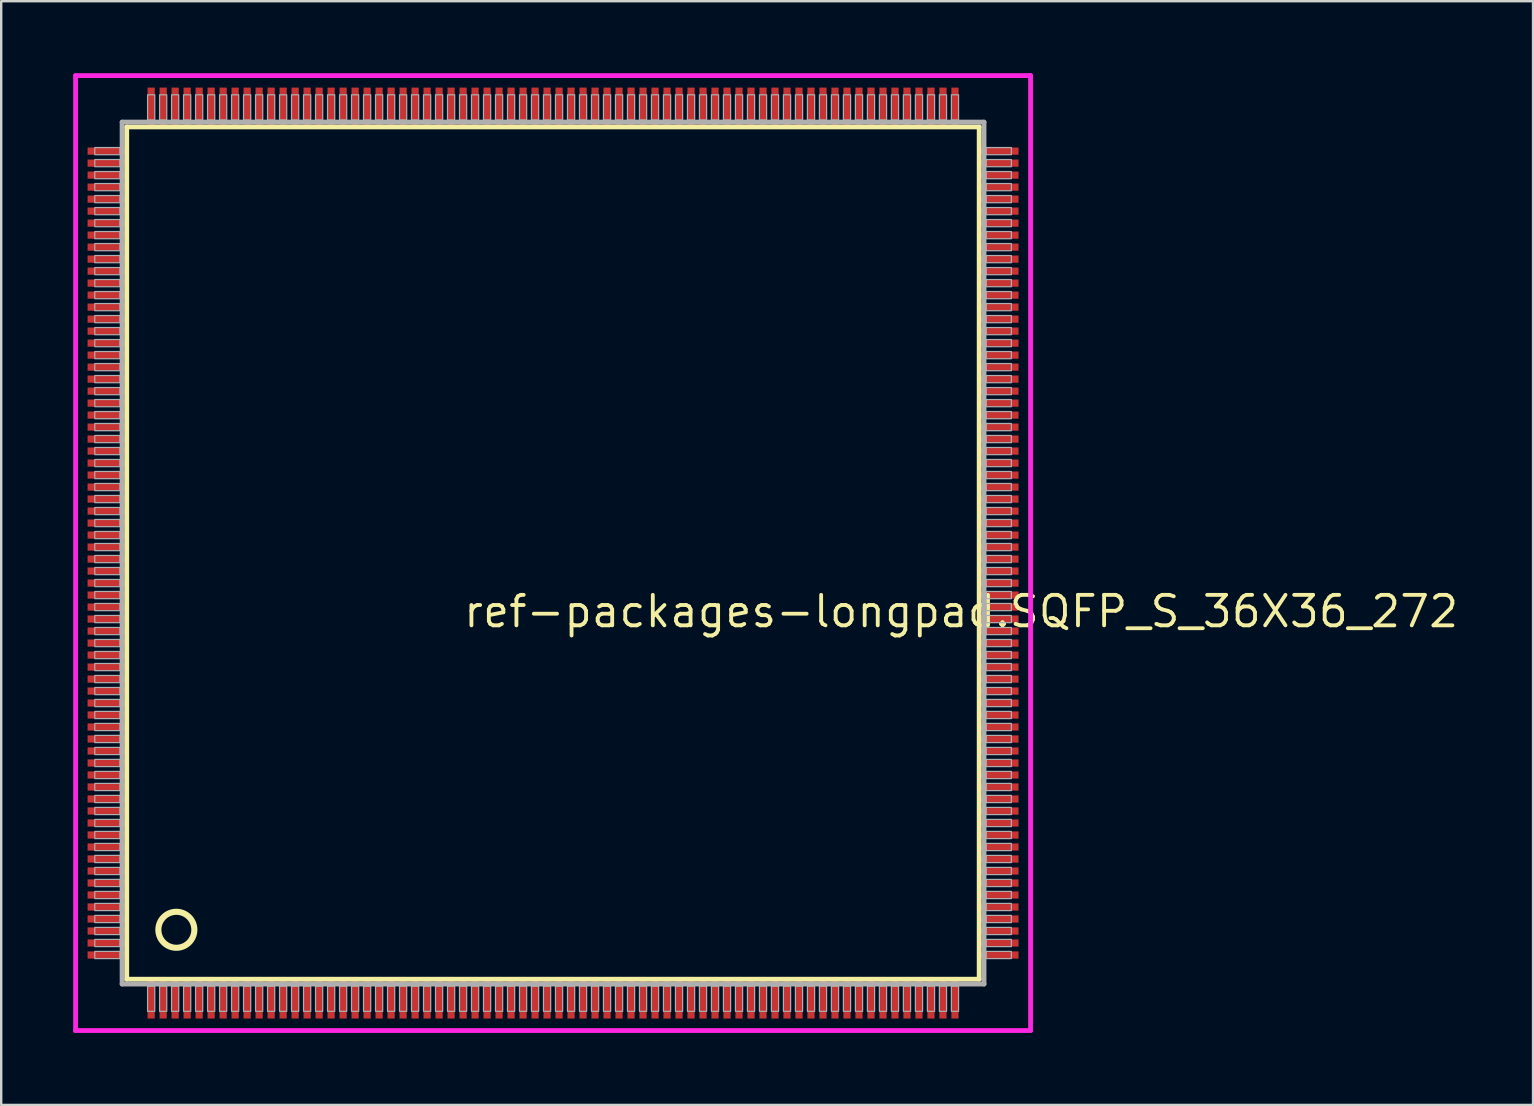
<source format=kicad_pcb>
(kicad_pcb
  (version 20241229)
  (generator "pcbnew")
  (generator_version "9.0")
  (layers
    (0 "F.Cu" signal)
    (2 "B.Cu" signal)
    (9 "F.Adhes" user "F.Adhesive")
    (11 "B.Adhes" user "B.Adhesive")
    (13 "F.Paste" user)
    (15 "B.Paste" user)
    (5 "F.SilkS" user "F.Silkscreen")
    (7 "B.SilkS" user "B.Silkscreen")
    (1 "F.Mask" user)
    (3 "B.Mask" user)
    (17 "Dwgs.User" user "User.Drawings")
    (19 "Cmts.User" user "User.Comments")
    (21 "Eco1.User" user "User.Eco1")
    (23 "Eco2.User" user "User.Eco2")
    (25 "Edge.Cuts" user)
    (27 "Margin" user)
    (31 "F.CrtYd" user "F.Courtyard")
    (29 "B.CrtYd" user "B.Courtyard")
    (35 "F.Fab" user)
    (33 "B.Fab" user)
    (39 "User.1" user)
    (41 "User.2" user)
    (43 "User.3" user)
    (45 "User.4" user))
  (footprint "ref-packages-longpad.SQFP_S_36X36_272"
    (layer "F.Cu")
    (at 20 20)
    (property "Reference" "ref-packages-longpad.SQFP_S_36X36_272" (at -3.81 3.175 0) (layer "F.SilkS") (effects (font (size 1.27 1.27) (thickness 0.16)) (justify left bottom)))
    (attr smd)
    (fp_line (start -17.77 -17.76) (end 17.76 -17.76) (stroke (width 0.203) (type default)) (layer "F.SilkS"))
    (fp_line (start -17.77 17.76) (end -17.77 -17.76) (stroke (width 0.203) (type default)) (layer "F.SilkS"))
    (fp_line (start 17.76 -17.76) (end 17.76 17.76) (stroke (width 0.203) (type default)) (layer "F.SilkS"))
    (fp_line (start 17.76 17.76) (end -17.77 17.76) (stroke (width 0.203) (type default)) (layer "F.SilkS"))
    (fp_circle (center -15.7 15.7) (end -14.95 15.7) (stroke (width 0.254) (type default)) (fill no) (layer "F.SilkS"))
    (fp_line (start -19.9 -19.9) (end 19.9 -19.9) (stroke (width 0.2) (type default)) (layer "F.CrtYd"))
    (fp_line (start -19.9 19.9) (end -19.9 -19.9) (stroke (width 0.2) (type default)) (layer "F.CrtYd"))
    (fp_line (start 19.9 -19.9) (end 19.9 19.9) (stroke (width 0.2) (type default)) (layer "F.CrtYd"))
    (fp_line (start 19.9 19.9) (end -19.9 19.9) (stroke (width 0.2) (type default)) (layer "F.CrtYd"))
    (fp_line (start -17.96 -17.96) (end -17.96 17.96) (stroke (width 0.203) (type default)) (layer "F.Fab"))
    (fp_line (start -17.96 17.96) (end 17.96 17.96) (stroke (width 0.203) (type default)) (layer "F.Fab"))
    (fp_line (start 17.96 -17.96) (end -17.96 -17.96) (stroke (width 0.203) (type default)) (layer "F.Fab"))
    (fp_line (start 17.96 17.96) (end 17.96 -17.96) (stroke (width 0.203) (type default)) (layer "F.Fab"))
    (fp_rect (start -19.1 -16.6) (end -18.05 -16.9) (stroke (width 0.05) (type default)) (fill no) (layer "F.Fab"))
    (fp_rect (start -19.1 -16.1) (end -18.05 -16.4) (stroke (width 0.05) (type default)) (fill no) (layer "F.Fab"))
    (fp_rect (start -19.1 -15.6) (end -18.05 -15.9) (stroke (width 0.05) (type default)) (fill no) (layer "F.Fab"))
    (fp_rect (start -19.1 -15.1) (end -18.05 -15.4) (stroke (width 0.05) (type default)) (fill no) (layer "F.Fab"))
    (fp_rect (start -19.1 -14.6) (end -18.05 -14.9) (stroke (width 0.05) (type default)) (fill no) (layer "F.Fab"))
    (fp_rect (start -19.1 -14.1) (end -18.05 -14.4) (stroke (width 0.05) (type default)) (fill no) (layer "F.Fab"))
    (fp_rect (start -19.1 -13.6) (end -18.05 -13.9) (stroke (width 0.05) (type default)) (fill no) (layer "F.Fab"))
    (fp_rect (start -19.1 -13.1) (end -18.05 -13.4) (stroke (width 0.05) (type default)) (fill no) (layer "F.Fab"))
    (fp_rect (start -19.1 -12.6) (end -18.05 -12.9) (stroke (width 0.05) (type default)) (fill no) (layer "F.Fab"))
    (fp_rect (start -19.1 -12.1) (end -18.05 -12.4) (stroke (width 0.05) (type default)) (fill no) (layer "F.Fab"))
    (fp_rect (start -19.1 -11.6) (end -18.05 -11.9) (stroke (width 0.05) (type default)) (fill no) (layer "F.Fab"))
    (fp_rect (start -19.1 -11.1) (end -18.05 -11.4) (stroke (width 0.05) (type default)) (fill no) (layer "F.Fab"))
    (fp_rect (start -19.1 -10.6) (end -18.05 -10.9) (stroke (width 0.05) (type default)) (fill no) (layer "F.Fab"))
    (fp_rect (start -19.1 -10.1) (end -18.05 -10.4) (stroke (width 0.05) (type default)) (fill no) (layer "F.Fab"))
    (fp_rect (start -19.1 -9.6) (end -18.05 -9.9) (stroke (width 0.05) (type default)) (fill no) (layer "F.Fab"))
    (fp_rect (start -19.1 -9.1) (end -18.05 -9.4) (stroke (width 0.05) (type default)) (fill no) (layer "F.Fab"))
    (fp_rect (start -19.1 -8.6) (end -18.05 -8.9) (stroke (width 0.05) (type default)) (fill no) (layer "F.Fab"))
    (fp_rect (start -19.1 -8.1) (end -18.05 -8.4) (stroke (width 0.05) (type default)) (fill no) (layer "F.Fab"))
    (fp_rect (start -19.1 -7.6) (end -18.05 -7.9) (stroke (width 0.05) (type default)) (fill no) (layer "F.Fab"))
    (fp_rect (start -19.1 -7.1) (end -18.05 -7.4) (stroke (width 0.05) (type default)) (fill no) (layer "F.Fab"))
    (fp_rect (start -19.1 -6.6) (end -18.05 -6.9) (stroke (width 0.05) (type default)) (fill no) (layer "F.Fab"))
    (fp_rect (start -19.1 -6.1) (end -18.05 -6.4) (stroke (width 0.05) (type default)) (fill no) (layer "F.Fab"))
    (fp_rect (start -19.1 -5.6) (end -18.05 -5.9) (stroke (width 0.05) (type default)) (fill no) (layer "F.Fab"))
    (fp_rect (start -19.1 -5.1) (end -18.05 -5.4) (stroke (width 0.05) (type default)) (fill no) (layer "F.Fab"))
    (fp_rect (start -19.1 -4.6) (end -18.05 -4.9) (stroke (width 0.05) (type default)) (fill no) (layer "F.Fab"))
    (fp_rect (start -19.1 -4.1) (end -18.05 -4.4) (stroke (width 0.05) (type default)) (fill no) (layer "F.Fab"))
    (fp_rect (start -19.1 -3.6) (end -18.05 -3.9) (stroke (width 0.05) (type default)) (fill no) (layer "F.Fab"))
    (fp_rect (start -19.1 -3.1) (end -18.05 -3.4) (stroke (width 0.05) (type default)) (fill no) (layer "F.Fab"))
    (fp_rect (start -19.1 -2.6) (end -18.05 -2.9) (stroke (width 0.05) (type default)) (fill no) (layer "F.Fab"))
    (fp_rect (start -19.1 -2.1) (end -18.05 -2.4) (stroke (width 0.05) (type default)) (fill no) (layer "F.Fab"))
    (fp_rect (start -19.1 -1.6) (end -18.05 -1.9) (stroke (width 0.05) (type default)) (fill no) (layer "F.Fab"))
    (fp_rect (start -19.1 -1.1) (end -18.05 -1.4) (stroke (width 0.05) (type default)) (fill no) (layer "F.Fab"))
    (fp_rect (start -19.1 -0.6) (end -18.05 -0.9) (stroke (width 0.05) (type default)) (fill no) (layer "F.Fab"))
    (fp_rect (start -19.1 -0.1) (end -18.05 -0.4) (stroke (width 0.05) (type default)) (fill no) (layer "F.Fab"))
    (fp_rect (start -19.1 0.4) (end -18.05 0.1) (stroke (width 0.05) (type default)) (fill no) (layer "F.Fab"))
    (fp_rect (start -19.1 0.9) (end -18.05 0.6) (stroke (width 0.05) (type default)) (fill no) (layer "F.Fab"))
    (fp_rect (start -19.1 1.4) (end -18.05 1.1) (stroke (width 0.05) (type default)) (fill no) (layer "F.Fab"))
    (fp_rect (start -19.1 1.9) (end -18.05 1.6) (stroke (width 0.05) (type default)) (fill no) (layer "F.Fab"))
    (fp_rect (start -19.1 2.4) (end -18.05 2.1) (stroke (width 0.05) (type default)) (fill no) (layer "F.Fab"))
    (fp_rect (start -19.1 2.9) (end -18.05 2.6) (stroke (width 0.05) (type default)) (fill no) (layer "F.Fab"))
    (fp_rect (start -19.1 3.4) (end -18.05 3.1) (stroke (width 0.05) (type default)) (fill no) (layer "F.Fab"))
    (fp_rect (start -19.1 3.9) (end -18.05 3.6) (stroke (width 0.05) (type default)) (fill no) (layer "F.Fab"))
    (fp_rect (start -19.1 4.4) (end -18.05 4.1) (stroke (width 0.05) (type default)) (fill no) (layer "F.Fab"))
    (fp_rect (start -19.1 4.9) (end -18.05 4.6) (stroke (width 0.05) (type default)) (fill no) (layer "F.Fab"))
    (fp_rect (start -19.1 5.4) (end -18.05 5.1) (stroke (width 0.05) (type default)) (fill no) (layer "F.Fab"))
    (fp_rect (start -19.1 5.9) (end -18.05 5.6) (stroke (width 0.05) (type default)) (fill no) (layer "F.Fab"))
    (fp_rect (start -19.1 6.4) (end -18.05 6.1) (stroke (width 0.05) (type default)) (fill no) (layer "F.Fab"))
    (fp_rect (start -19.1 6.9) (end -18.05 6.6) (stroke (width 0.05) (type default)) (fill no) (layer "F.Fab"))
    (fp_rect (start -19.1 7.4) (end -18.05 7.1) (stroke (width 0.05) (type default)) (fill no) (layer "F.Fab"))
    (fp_rect (start -19.1 7.9) (end -18.05 7.6) (stroke (width 0.05) (type default)) (fill no) (layer "F.Fab"))
    (fp_rect (start -19.1 8.4) (end -18.05 8.1) (stroke (width 0.05) (type default)) (fill no) (layer "F.Fab"))
    (fp_rect (start -19.1 8.9) (end -18.05 8.6) (stroke (width 0.05) (type default)) (fill no) (layer "F.Fab"))
    (fp_rect (start -19.1 9.4) (end -18.05 9.1) (stroke (width 0.05) (type default)) (fill no) (layer "F.Fab"))
    (fp_rect (start -19.1 9.9) (end -18.05 9.6) (stroke (width 0.05) (type default)) (fill no) (layer "F.Fab"))
    (fp_rect (start -19.1 10.4) (end -18.05 10.1) (stroke (width 0.05) (type default)) (fill no) (layer "F.Fab"))
    (fp_rect (start -19.1 10.9) (end -18.05 10.6) (stroke (width 0.05) (type default)) (fill no) (layer "F.Fab"))
    (fp_rect (start -19.1 11.4) (end -18.05 11.1) (stroke (width 0.05) (type default)) (fill no) (layer "F.Fab"))
    (fp_rect (start -19.1 11.9) (end -18.05 11.6) (stroke (width 0.05) (type default)) (fill no) (layer "F.Fab"))
    (fp_rect (start -19.1 12.4) (end -18.05 12.1) (stroke (width 0.05) (type default)) (fill no) (layer "F.Fab"))
    (fp_rect (start -19.1 12.9) (end -18.05 12.6) (stroke (width 0.05) (type default)) (fill no) (layer "F.Fab"))
    (fp_rect (start -19.1 13.4) (end -18.05 13.1) (stroke (width 0.05) (type default)) (fill no) (layer "F.Fab"))
    (fp_rect (start -19.1 13.9) (end -18.05 13.6) (stroke (width 0.05) (type default)) (fill no) (layer "F.Fab"))
    (fp_rect (start -19.1 14.4) (end -18.05 14.1) (stroke (width 0.05) (type default)) (fill no) (layer "F.Fab"))
    (fp_rect (start -19.1 14.9) (end -18.05 14.6) (stroke (width 0.05) (type default)) (fill no) (layer "F.Fab"))
    (fp_rect (start -19.1 15.4) (end -18.05 15.1) (stroke (width 0.05) (type default)) (fill no) (layer "F.Fab"))
    (fp_rect (start -19.1 15.9) (end -18.05 15.6) (stroke (width 0.05) (type default)) (fill no) (layer "F.Fab"))
    (fp_rect (start -19.1 16.4) (end -18.05 16.1) (stroke (width 0.05) (type default)) (fill no) (layer "F.Fab"))
    (fp_rect (start -19.1 16.9) (end -18.05 16.6) (stroke (width 0.05) (type default)) (fill no) (layer "F.Fab"))
    (fp_rect (start -16.9 -18.05) (end -16.6 -19.1) (stroke (width 0.05) (type default)) (fill no) (layer "F.Fab"))
    (fp_rect (start -16.9 19.1) (end -16.6 18.05) (stroke (width 0.05) (type default)) (fill no) (layer "F.Fab"))
    (fp_rect (start -16.4 -18.05) (end -16.1 -19.1) (stroke (width 0.05) (type default)) (fill no) (layer "F.Fab"))
    (fp_rect (start -16.4 19.1) (end -16.1 18.05) (stroke (width 0.05) (type default)) (fill no) (layer "F.Fab"))
    (fp_rect (start -15.9 -18.05) (end -15.6 -19.1) (stroke (width 0.05) (type default)) (fill no) (layer "F.Fab"))
    (fp_rect (start -15.9 19.1) (end -15.6 18.05) (stroke (width 0.05) (type default)) (fill no) (layer "F.Fab"))
    (fp_rect (start -15.4 -18.05) (end -15.1 -19.1) (stroke (width 0.05) (type default)) (fill no) (layer "F.Fab"))
    (fp_rect (start -15.4 19.1) (end -15.1 18.05) (stroke (width 0.05) (type default)) (fill no) (layer "F.Fab"))
    (fp_rect (start -14.9 -18.05) (end -14.6 -19.1) (stroke (width 0.05) (type default)) (fill no) (layer "F.Fab"))
    (fp_rect (start -14.9 19.1) (end -14.6 18.05) (stroke (width 0.05) (type default)) (fill no) (layer "F.Fab"))
    (fp_rect (start -14.4 -18.05) (end -14.1 -19.1) (stroke (width 0.05) (type default)) (fill no) (layer "F.Fab"))
    (fp_rect (start -14.4 19.1) (end -14.1 18.05) (stroke (width 0.05) (type default)) (fill no) (layer "F.Fab"))
    (fp_rect (start -13.9 -18.05) (end -13.6 -19.1) (stroke (width 0.05) (type default)) (fill no) (layer "F.Fab"))
    (fp_rect (start -13.9 19.1) (end -13.6 18.05) (stroke (width 0.05) (type default)) (fill no) (layer "F.Fab"))
    (fp_rect (start -13.4 -18.05) (end -13.1 -19.1) (stroke (width 0.05) (type default)) (fill no) (layer "F.Fab"))
    (fp_rect (start -13.4 19.1) (end -13.1 18.05) (stroke (width 0.05) (type default)) (fill no) (layer "F.Fab"))
    (fp_rect (start -12.9 -18.05) (end -12.6 -19.1) (stroke (width 0.05) (type default)) (fill no) (layer "F.Fab"))
    (fp_rect (start -12.9 19.1) (end -12.6 18.05) (stroke (width 0.05) (type default)) (fill no) (layer "F.Fab"))
    (fp_rect (start -12.4 -18.05) (end -12.1 -19.1) (stroke (width 0.05) (type default)) (fill no) (layer "F.Fab"))
    (fp_rect (start -12.4 19.1) (end -12.1 18.05) (stroke (width 0.05) (type default)) (fill no) (layer "F.Fab"))
    (fp_rect (start -11.9 -18.05) (end -11.6 -19.1) (stroke (width 0.05) (type default)) (fill no) (layer "F.Fab"))
    (fp_rect (start -11.9 19.1) (end -11.6 18.05) (stroke (width 0.05) (type default)) (fill no) (layer "F.Fab"))
    (fp_rect (start -11.4 -18.05) (end -11.1 -19.1) (stroke (width 0.05) (type default)) (fill no) (layer "F.Fab"))
    (fp_rect (start -11.4 19.1) (end -11.1 18.05) (stroke (width 0.05) (type default)) (fill no) (layer "F.Fab"))
    (fp_rect (start -10.9 -18.05) (end -10.6 -19.1) (stroke (width 0.05) (type default)) (fill no) (layer "F.Fab"))
    (fp_rect (start -10.9 19.1) (end -10.6 18.05) (stroke (width 0.05) (type default)) (fill no) (layer "F.Fab"))
    (fp_rect (start -10.4 -18.05) (end -10.1 -19.1) (stroke (width 0.05) (type default)) (fill no) (layer "F.Fab"))
    (fp_rect (start -10.4 19.1) (end -10.1 18.05) (stroke (width 0.05) (type default)) (fill no) (layer "F.Fab"))
    (fp_rect (start -9.9 -18.05) (end -9.6 -19.1) (stroke (width 0.05) (type default)) (fill no) (layer "F.Fab"))
    (fp_rect (start -9.9 19.1) (end -9.6 18.05) (stroke (width 0.05) (type default)) (fill no) (layer "F.Fab"))
    (fp_rect (start -9.4 -18.05) (end -9.1 -19.1) (stroke (width 0.05) (type default)) (fill no) (layer "F.Fab"))
    (fp_rect (start -9.4 19.1) (end -9.1 18.05) (stroke (width 0.05) (type default)) (fill no) (layer "F.Fab"))
    (fp_rect (start -8.9 -18.05) (end -8.6 -19.1) (stroke (width 0.05) (type default)) (fill no) (layer "F.Fab"))
    (fp_rect (start -8.9 19.1) (end -8.6 18.05) (stroke (width 0.05) (type default)) (fill no) (layer "F.Fab"))
    (fp_rect (start -8.4 -18.05) (end -8.1 -19.1) (stroke (width 0.05) (type default)) (fill no) (layer "F.Fab"))
    (fp_rect (start -8.4 19.1) (end -8.1 18.05) (stroke (width 0.05) (type default)) (fill no) (layer "F.Fab"))
    (fp_rect (start -7.9 -18.05) (end -7.6 -19.1) (stroke (width 0.05) (type default)) (fill no) (layer "F.Fab"))
    (fp_rect (start -7.9 19.1) (end -7.6 18.05) (stroke (width 0.05) (type default)) (fill no) (layer "F.Fab"))
    (fp_rect (start -7.4 -18.05) (end -7.1 -19.1) (stroke (width 0.05) (type default)) (fill no) (layer "F.Fab"))
    (fp_rect (start -7.4 19.1) (end -7.1 18.05) (stroke (width 0.05) (type default)) (fill no) (layer "F.Fab"))
    (fp_rect (start -6.9 -18.05) (end -6.6 -19.1) (stroke (width 0.05) (type default)) (fill no) (layer "F.Fab"))
    (fp_rect (start -6.9 19.1) (end -6.6 18.05) (stroke (width 0.05) (type default)) (fill no) (layer "F.Fab"))
    (fp_rect (start -6.4 -18.05) (end -6.1 -19.1) (stroke (width 0.05) (type default)) (fill no) (layer "F.Fab"))
    (fp_rect (start -6.4 19.1) (end -6.1 18.05) (stroke (width 0.05) (type default)) (fill no) (layer "F.Fab"))
    (fp_rect (start -5.9 -18.05) (end -5.6 -19.1) (stroke (width 0.05) (type default)) (fill no) (layer "F.Fab"))
    (fp_rect (start -5.9 19.1) (end -5.6 18.05) (stroke (width 0.05) (type default)) (fill no) (layer "F.Fab"))
    (fp_rect (start -5.4 -18.05) (end -5.1 -19.1) (stroke (width 0.05) (type default)) (fill no) (layer "F.Fab"))
    (fp_rect (start -5.4 19.1) (end -5.1 18.05) (stroke (width 0.05) (type default)) (fill no) (layer "F.Fab"))
    (fp_rect (start -4.9 -18.05) (end -4.6 -19.1) (stroke (width 0.05) (type default)) (fill no) (layer "F.Fab"))
    (fp_rect (start -4.9 19.1) (end -4.6 18.05) (stroke (width 0.05) (type default)) (fill no) (layer "F.Fab"))
    (fp_rect (start -4.4 -18.05) (end -4.1 -19.1) (stroke (width 0.05) (type default)) (fill no) (layer "F.Fab"))
    (fp_rect (start -4.4 19.1) (end -4.1 18.05) (stroke (width 0.05) (type default)) (fill no) (layer "F.Fab"))
    (fp_rect (start -3.9 -18.05) (end -3.6 -19.1) (stroke (width 0.05) (type default)) (fill no) (layer "F.Fab"))
    (fp_rect (start -3.9 19.1) (end -3.6 18.05) (stroke (width 0.05) (type default)) (fill no) (layer "F.Fab"))
    (fp_rect (start -3.4 -18.05) (end -3.1 -19.1) (stroke (width 0.05) (type default)) (fill no) (layer "F.Fab"))
    (fp_rect (start -3.4 19.1) (end -3.1 18.05) (stroke (width 0.05) (type default)) (fill no) (layer "F.Fab"))
    (fp_rect (start -2.9 -18.05) (end -2.6 -19.1) (stroke (width 0.05) (type default)) (fill no) (layer "F.Fab"))
    (fp_rect (start -2.9 19.1) (end -2.6 18.05) (stroke (width 0.05) (type default)) (fill no) (layer "F.Fab"))
    (fp_rect (start -2.4 -18.05) (end -2.1 -19.1) (stroke (width 0.05) (type default)) (fill no) (layer "F.Fab"))
    (fp_rect (start -2.4 19.1) (end -2.1 18.05) (stroke (width 0.05) (type default)) (fill no) (layer "F.Fab"))
    (fp_rect (start -1.9 -18.05) (end -1.6 -19.1) (stroke (width 0.05) (type default)) (fill no) (layer "F.Fab"))
    (fp_rect (start -1.9 19.1) (end -1.6 18.05) (stroke (width 0.05) (type default)) (fill no) (layer "F.Fab"))
    (fp_rect (start -1.4 -18.05) (end -1.1 -19.1) (stroke (width 0.05) (type default)) (fill no) (layer "F.Fab"))
    (fp_rect (start -1.4 19.1) (end -1.1 18.05) (stroke (width 0.05) (type default)) (fill no) (layer "F.Fab"))
    (fp_rect (start -0.9 -18.05) (end -0.6 -19.1) (stroke (width 0.05) (type default)) (fill no) (layer "F.Fab"))
    (fp_rect (start -0.9 19.1) (end -0.6 18.05) (stroke (width 0.05) (type default)) (fill no) (layer "F.Fab"))
    (fp_rect (start -0.4 -18.05) (end -0.1 -19.1) (stroke (width 0.05) (type default)) (fill no) (layer "F.Fab"))
    (fp_rect (start -0.4 19.1) (end -0.1 18.05) (stroke (width 0.05) (type default)) (fill no) (layer "F.Fab"))
    (fp_rect (start 0.1 -18.05) (end 0.4 -19.1) (stroke (width 0.05) (type default)) (fill no) (layer "F.Fab"))
    (fp_rect (start 0.1 19.1) (end 0.4 18.05) (stroke (width 0.05) (type default)) (fill no) (layer "F.Fab"))
    (fp_rect (start 0.6 -18.05) (end 0.9 -19.1) (stroke (width 0.05) (type default)) (fill no) (layer "F.Fab"))
    (fp_rect (start 0.6 19.1) (end 0.9 18.05) (stroke (width 0.05) (type default)) (fill no) (layer "F.Fab"))
    (fp_rect (start 1.1 -18.05) (end 1.4 -19.1) (stroke (width 0.05) (type default)) (fill no) (layer "F.Fab"))
    (fp_rect (start 1.1 19.1) (end 1.4 18.05) (stroke (width 0.05) (type default)) (fill no) (layer "F.Fab"))
    (fp_rect (start 1.6 -18.05) (end 1.9 -19.1) (stroke (width 0.05) (type default)) (fill no) (layer "F.Fab"))
    (fp_rect (start 1.6 19.1) (end 1.9 18.05) (stroke (width 0.05) (type default)) (fill no) (layer "F.Fab"))
    (fp_rect (start 2.1 -18.05) (end 2.4 -19.1) (stroke (width 0.05) (type default)) (fill no) (layer "F.Fab"))
    (fp_rect (start 2.1 19.1) (end 2.4 18.05) (stroke (width 0.05) (type default)) (fill no) (layer "F.Fab"))
    (fp_rect (start 2.6 -18.05) (end 2.9 -19.1) (stroke (width 0.05) (type default)) (fill no) (layer "F.Fab"))
    (fp_rect (start 2.6 19.1) (end 2.9 18.05) (stroke (width 0.05) (type default)) (fill no) (layer "F.Fab"))
    (fp_rect (start 3.1 -18.05) (end 3.4 -19.1) (stroke (width 0.05) (type default)) (fill no) (layer "F.Fab"))
    (fp_rect (start 3.1 19.1) (end 3.4 18.05) (stroke (width 0.05) (type default)) (fill no) (layer "F.Fab"))
    (fp_rect (start 3.6 -18.05) (end 3.9 -19.1) (stroke (width 0.05) (type default)) (fill no) (layer "F.Fab"))
    (fp_rect (start 3.6 19.1) (end 3.9 18.05) (stroke (width 0.05) (type default)) (fill no) (layer "F.Fab"))
    (fp_rect (start 4.1 -18.05) (end 4.4 -19.1) (stroke (width 0.05) (type default)) (fill no) (layer "F.Fab"))
    (fp_rect (start 4.1 19.1) (end 4.4 18.05) (stroke (width 0.05) (type default)) (fill no) (layer "F.Fab"))
    (fp_rect (start 4.6 -18.05) (end 4.9 -19.1) (stroke (width 0.05) (type default)) (fill no) (layer "F.Fab"))
    (fp_rect (start 4.6 19.1) (end 4.9 18.05) (stroke (width 0.05) (type default)) (fill no) (layer "F.Fab"))
    (fp_rect (start 5.1 -18.05) (end 5.4 -19.1) (stroke (width 0.05) (type default)) (fill no) (layer "F.Fab"))
    (fp_rect (start 5.1 19.1) (end 5.4 18.05) (stroke (width 0.05) (type default)) (fill no) (layer "F.Fab"))
    (fp_rect (start 5.6 -18.05) (end 5.9 -19.1) (stroke (width 0.05) (type default)) (fill no) (layer "F.Fab"))
    (fp_rect (start 5.6 19.1) (end 5.9 18.05) (stroke (width 0.05) (type default)) (fill no) (layer "F.Fab"))
    (fp_rect (start 6.1 -18.05) (end 6.4 -19.1) (stroke (width 0.05) (type default)) (fill no) (layer "F.Fab"))
    (fp_rect (start 6.1 19.1) (end 6.4 18.05) (stroke (width 0.05) (type default)) (fill no) (layer "F.Fab"))
    (fp_rect (start 6.6 -18.05) (end 6.9 -19.1) (stroke (width 0.05) (type default)) (fill no) (layer "F.Fab"))
    (fp_rect (start 6.6 19.1) (end 6.9 18.05) (stroke (width 0.05) (type default)) (fill no) (layer "F.Fab"))
    (fp_rect (start 7.1 -18.05) (end 7.4 -19.1) (stroke (width 0.05) (type default)) (fill no) (layer "F.Fab"))
    (fp_rect (start 7.1 19.1) (end 7.4 18.05) (stroke (width 0.05) (type default)) (fill no) (layer "F.Fab"))
    (fp_rect (start 7.6 -18.05) (end 7.9 -19.1) (stroke (width 0.05) (type default)) (fill no) (layer "F.Fab"))
    (fp_rect (start 7.6 19.1) (end 7.9 18.05) (stroke (width 0.05) (type default)) (fill no) (layer "F.Fab"))
    (fp_rect (start 8.1 -18.05) (end 8.4 -19.1) (stroke (width 0.05) (type default)) (fill no) (layer "F.Fab"))
    (fp_rect (start 8.1 19.1) (end 8.4 18.05) (stroke (width 0.05) (type default)) (fill no) (layer "F.Fab"))
    (fp_rect (start 8.6 -18.05) (end 8.9 -19.1) (stroke (width 0.05) (type default)) (fill no) (layer "F.Fab"))
    (fp_rect (start 8.6 19.1) (end 8.9 18.05) (stroke (width 0.05) (type default)) (fill no) (layer "F.Fab"))
    (fp_rect (start 9.1 -18.05) (end 9.4 -19.1) (stroke (width 0.05) (type default)) (fill no) (layer "F.Fab"))
    (fp_rect (start 9.1 19.1) (end 9.4 18.05) (stroke (width 0.05) (type default)) (fill no) (layer "F.Fab"))
    (fp_rect (start 9.6 -18.05) (end 9.9 -19.1) (stroke (width 0.05) (type default)) (fill no) (layer "F.Fab"))
    (fp_rect (start 9.6 19.1) (end 9.9 18.05) (stroke (width 0.05) (type default)) (fill no) (layer "F.Fab"))
    (fp_rect (start 10.1 -18.05) (end 10.4 -19.1) (stroke (width 0.05) (type default)) (fill no) (layer "F.Fab"))
    (fp_rect (start 10.1 19.1) (end 10.4 18.05) (stroke (width 0.05) (type default)) (fill no) (layer "F.Fab"))
    (fp_rect (start 10.6 -18.05) (end 10.9 -19.1) (stroke (width 0.05) (type default)) (fill no) (layer "F.Fab"))
    (fp_rect (start 10.6 19.1) (end 10.9 18.05) (stroke (width 0.05) (type default)) (fill no) (layer "F.Fab"))
    (fp_rect (start 11.1 -18.05) (end 11.4 -19.1) (stroke (width 0.05) (type default)) (fill no) (layer "F.Fab"))
    (fp_rect (start 11.1 19.1) (end 11.4 18.05) (stroke (width 0.05) (type default)) (fill no) (layer "F.Fab"))
    (fp_rect (start 11.6 -18.05) (end 11.9 -19.1) (stroke (width 0.05) (type default)) (fill no) (layer "F.Fab"))
    (fp_rect (start 11.6 19.1) (end 11.9 18.05) (stroke (width 0.05) (type default)) (fill no) (layer "F.Fab"))
    (fp_rect (start 12.1 -18.05) (end 12.4 -19.1) (stroke (width 0.05) (type default)) (fill no) (layer "F.Fab"))
    (fp_rect (start 12.1 19.1) (end 12.4 18.05) (stroke (width 0.05) (type default)) (fill no) (layer "F.Fab"))
    (fp_rect (start 12.6 -18.05) (end 12.9 -19.1) (stroke (width 0.05) (type default)) (fill no) (layer "F.Fab"))
    (fp_rect (start 12.6 19.1) (end 12.9 18.05) (stroke (width 0.05) (type default)) (fill no) (layer "F.Fab"))
    (fp_rect (start 13.1 -18.05) (end 13.4 -19.1) (stroke (width 0.05) (type default)) (fill no) (layer "F.Fab"))
    (fp_rect (start 13.1 19.1) (end 13.4 18.05) (stroke (width 0.05) (type default)) (fill no) (layer "F.Fab"))
    (fp_rect (start 13.6 -18.05) (end 13.9 -19.1) (stroke (width 0.05) (type default)) (fill no) (layer "F.Fab"))
    (fp_rect (start 13.6 19.1) (end 13.9 18.05) (stroke (width 0.05) (type default)) (fill no) (layer "F.Fab"))
    (fp_rect (start 14.1 -18.05) (end 14.4 -19.1) (stroke (width 0.05) (type default)) (fill no) (layer "F.Fab"))
    (fp_rect (start 14.1 19.1) (end 14.4 18.05) (stroke (width 0.05) (type default)) (fill no) (layer "F.Fab"))
    (fp_rect (start 14.6 -18.05) (end 14.9 -19.1) (stroke (width 0.05) (type default)) (fill no) (layer "F.Fab"))
    (fp_rect (start 14.6 19.1) (end 14.9 18.05) (stroke (width 0.05) (type default)) (fill no) (layer "F.Fab"))
    (fp_rect (start 15.1 -18.05) (end 15.4 -19.1) (stroke (width 0.05) (type default)) (fill no) (layer "F.Fab"))
    (fp_rect (start 15.1 19.1) (end 15.4 18.05) (stroke (width 0.05) (type default)) (fill no) (layer "F.Fab"))
    (fp_rect (start 15.6 -18.05) (end 15.9 -19.1) (stroke (width 0.05) (type default)) (fill no) (layer "F.Fab"))
    (fp_rect (start 15.6 19.1) (end 15.9 18.05) (stroke (width 0.05) (type default)) (fill no) (layer "F.Fab"))
    (fp_rect (start 16.1 -18.05) (end 16.4 -19.1) (stroke (width 0.05) (type default)) (fill no) (layer "F.Fab"))
    (fp_rect (start 16.1 19.1) (end 16.4 18.05) (stroke (width 0.05) (type default)) (fill no) (layer "F.Fab"))
    (fp_rect (start 16.6 -18.05) (end 16.9 -19.1) (stroke (width 0.05) (type default)) (fill no) (layer "F.Fab"))
    (fp_rect (start 16.6 19.1) (end 16.9 18.05) (stroke (width 0.05) (type default)) (fill no) (layer "F.Fab"))
    (fp_rect (start 18.05 -16.6) (end 19.1 -16.9) (stroke (width 0.05) (type default)) (fill no) (layer "F.Fab"))
    (fp_rect (start 18.05 -16.1) (end 19.1 -16.4) (stroke (width 0.05) (type default)) (fill no) (layer "F.Fab"))
    (fp_rect (start 18.05 -15.6) (end 19.1 -15.9) (stroke (width 0.05) (type default)) (fill no) (layer "F.Fab"))
    (fp_rect (start 18.05 -15.1) (end 19.1 -15.4) (stroke (width 0.05) (type default)) (fill no) (layer "F.Fab"))
    (fp_rect (start 18.05 -14.6) (end 19.1 -14.9) (stroke (width 0.05) (type default)) (fill no) (layer "F.Fab"))
    (fp_rect (start 18.05 -14.1) (end 19.1 -14.4) (stroke (width 0.05) (type default)) (fill no) (layer "F.Fab"))
    (fp_rect (start 18.05 -13.6) (end 19.1 -13.9) (stroke (width 0.05) (type default)) (fill no) (layer "F.Fab"))
    (fp_rect (start 18.05 -13.1) (end 19.1 -13.4) (stroke (width 0.05) (type default)) (fill no) (layer "F.Fab"))
    (fp_rect (start 18.05 -12.6) (end 19.1 -12.9) (stroke (width 0.05) (type default)) (fill no) (layer "F.Fab"))
    (fp_rect (start 18.05 -12.1) (end 19.1 -12.4) (stroke (width 0.05) (type default)) (fill no) (layer "F.Fab"))
    (fp_rect (start 18.05 -11.6) (end 19.1 -11.9) (stroke (width 0.05) (type default)) (fill no) (layer "F.Fab"))
    (fp_rect (start 18.05 -11.1) (end 19.1 -11.4) (stroke (width 0.05) (type default)) (fill no) (layer "F.Fab"))
    (fp_rect (start 18.05 -10.6) (end 19.1 -10.9) (stroke (width 0.05) (type default)) (fill no) (layer "F.Fab"))
    (fp_rect (start 18.05 -10.1) (end 19.1 -10.4) (stroke (width 0.05) (type default)) (fill no) (layer "F.Fab"))
    (fp_rect (start 18.05 -9.6) (end 19.1 -9.9) (stroke (width 0.05) (type default)) (fill no) (layer "F.Fab"))
    (fp_rect (start 18.05 -9.1) (end 19.1 -9.4) (stroke (width 0.05) (type default)) (fill no) (layer "F.Fab"))
    (fp_rect (start 18.05 -8.6) (end 19.1 -8.9) (stroke (width 0.05) (type default)) (fill no) (layer "F.Fab"))
    (fp_rect (start 18.05 -8.1) (end 19.1 -8.4) (stroke (width 0.05) (type default)) (fill no) (layer "F.Fab"))
    (fp_rect (start 18.05 -7.6) (end 19.1 -7.9) (stroke (width 0.05) (type default)) (fill no) (layer "F.Fab"))
    (fp_rect (start 18.05 -7.1) (end 19.1 -7.4) (stroke (width 0.05) (type default)) (fill no) (layer "F.Fab"))
    (fp_rect (start 18.05 -6.6) (end 19.1 -6.9) (stroke (width 0.05) (type default)) (fill no) (layer "F.Fab"))
    (fp_rect (start 18.05 -6.1) (end 19.1 -6.4) (stroke (width 0.05) (type default)) (fill no) (layer "F.Fab"))
    (fp_rect (start 18.05 -5.6) (end 19.1 -5.9) (stroke (width 0.05) (type default)) (fill no) (layer "F.Fab"))
    (fp_rect (start 18.05 -5.1) (end 19.1 -5.4) (stroke (width 0.05) (type default)) (fill no) (layer "F.Fab"))
    (fp_rect (start 18.05 -4.6) (end 19.1 -4.9) (stroke (width 0.05) (type default)) (fill no) (layer "F.Fab"))
    (fp_rect (start 18.05 -4.1) (end 19.1 -4.4) (stroke (width 0.05) (type default)) (fill no) (layer "F.Fab"))
    (fp_rect (start 18.05 -3.6) (end 19.1 -3.9) (stroke (width 0.05) (type default)) (fill no) (layer "F.Fab"))
    (fp_rect (start 18.05 -3.1) (end 19.1 -3.4) (stroke (width 0.05) (type default)) (fill no) (layer "F.Fab"))
    (fp_rect (start 18.05 -2.6) (end 19.1 -2.9) (stroke (width 0.05) (type default)) (fill no) (layer "F.Fab"))
    (fp_rect (start 18.05 -2.1) (end 19.1 -2.4) (stroke (width 0.05) (type default)) (fill no) (layer "F.Fab"))
    (fp_rect (start 18.05 -1.6) (end 19.1 -1.9) (stroke (width 0.05) (type default)) (fill no) (layer "F.Fab"))
    (fp_rect (start 18.05 -1.1) (end 19.1 -1.4) (stroke (width 0.05) (type default)) (fill no) (layer "F.Fab"))
    (fp_rect (start 18.05 -0.6) (end 19.1 -0.9) (stroke (width 0.05) (type default)) (fill no) (layer "F.Fab"))
    (fp_rect (start 18.05 -0.1) (end 19.1 -0.4) (stroke (width 0.05) (type default)) (fill no) (layer "F.Fab"))
    (fp_rect (start 18.05 0.4) (end 19.1 0.1) (stroke (width 0.05) (type default)) (fill no) (layer "F.Fab"))
    (fp_rect (start 18.05 0.9) (end 19.1 0.6) (stroke (width 0.05) (type default)) (fill no) (layer "F.Fab"))
    (fp_rect (start 18.05 1.4) (end 19.1 1.1) (stroke (width 0.05) (type default)) (fill no) (layer "F.Fab"))
    (fp_rect (start 18.05 1.9) (end 19.1 1.6) (stroke (width 0.05) (type default)) (fill no) (layer "F.Fab"))
    (fp_rect (start 18.05 2.4) (end 19.1 2.1) (stroke (width 0.05) (type default)) (fill no) (layer "F.Fab"))
    (fp_rect (start 18.05 2.9) (end 19.1 2.6) (stroke (width 0.05) (type default)) (fill no) (layer "F.Fab"))
    (fp_rect (start 18.05 3.4) (end 19.1 3.1) (stroke (width 0.05) (type default)) (fill no) (layer "F.Fab"))
    (fp_rect (start 18.05 3.9) (end 19.1 3.6) (stroke (width 0.05) (type default)) (fill no) (layer "F.Fab"))
    (fp_rect (start 18.05 4.4) (end 19.1 4.1) (stroke (width 0.05) (type default)) (fill no) (layer "F.Fab"))
    (fp_rect (start 18.05 4.9) (end 19.1 4.6) (stroke (width 0.05) (type default)) (fill no) (layer "F.Fab"))
    (fp_rect (start 18.05 5.4) (end 19.1 5.1) (stroke (width 0.05) (type default)) (fill no) (layer "F.Fab"))
    (fp_rect (start 18.05 5.9) (end 19.1 5.6) (stroke (width 0.05) (type default)) (fill no) (layer "F.Fab"))
    (fp_rect (start 18.05 6.4) (end 19.1 6.1) (stroke (width 0.05) (type default)) (fill no) (layer "F.Fab"))
    (fp_rect (start 18.05 6.9) (end 19.1 6.6) (stroke (width 0.05) (type default)) (fill no) (layer "F.Fab"))
    (fp_rect (start 18.05 7.4) (end 19.1 7.1) (stroke (width 0.05) (type default)) (fill no) (layer "F.Fab"))
    (fp_rect (start 18.05 7.9) (end 19.1 7.6) (stroke (width 0.05) (type default)) (fill no) (layer "F.Fab"))
    (fp_rect (start 18.05 8.4) (end 19.1 8.1) (stroke (width 0.05) (type default)) (fill no) (layer "F.Fab"))
    (fp_rect (start 18.05 8.9) (end 19.1 8.6) (stroke (width 0.05) (type default)) (fill no) (layer "F.Fab"))
    (fp_rect (start 18.05 9.4) (end 19.1 9.1) (stroke (width 0.05) (type default)) (fill no) (layer "F.Fab"))
    (fp_rect (start 18.05 9.9) (end 19.1 9.6) (stroke (width 0.05) (type default)) (fill no) (layer "F.Fab"))
    (fp_rect (start 18.05 10.4) (end 19.1 10.1) (stroke (width 0.05) (type default)) (fill no) (layer "F.Fab"))
    (fp_rect (start 18.05 10.9) (end 19.1 10.6) (stroke (width 0.05) (type default)) (fill no) (layer "F.Fab"))
    (fp_rect (start 18.05 11.4) (end 19.1 11.1) (stroke (width 0.05) (type default)) (fill no) (layer "F.Fab"))
    (fp_rect (start 18.05 11.9) (end 19.1 11.6) (stroke (width 0.05) (type default)) (fill no) (layer "F.Fab"))
    (fp_rect (start 18.05 12.4) (end 19.1 12.1) (stroke (width 0.05) (type default)) (fill no) (layer "F.Fab"))
    (fp_rect (start 18.05 12.9) (end 19.1 12.6) (stroke (width 0.05) (type default)) (fill no) (layer "F.Fab"))
    (fp_rect (start 18.05 13.4) (end 19.1 13.1) (stroke (width 0.05) (type default)) (fill no) (layer "F.Fab"))
    (fp_rect (start 18.05 13.9) (end 19.1 13.6) (stroke (width 0.05) (type default)) (fill no) (layer "F.Fab"))
    (fp_rect (start 18.05 14.4) (end 19.1 14.1) (stroke (width 0.05) (type default)) (fill no) (layer "F.Fab"))
    (fp_rect (start 18.05 14.9) (end 19.1 14.6) (stroke (width 0.05) (type default)) (fill no) (layer "F.Fab"))
    (fp_rect (start 18.05 15.4) (end 19.1 15.1) (stroke (width 0.05) (type default)) (fill no) (layer "F.Fab"))
    (fp_rect (start 18.05 15.9) (end 19.1 15.6) (stroke (width 0.05) (type default)) (fill no) (layer "F.Fab"))
    (fp_rect (start 18.05 16.4) (end 19.1 16.1) (stroke (width 0.05) (type default)) (fill no) (layer "F.Fab"))
    (fp_rect (start 18.05 16.9) (end 19.1 16.6) (stroke (width 0.05) (type default)) (fill no) (layer "F.Fab"))
    (pad "1" smd roundrect (at -16.75 18.6) (size 0.3 1.6) (layers "F.Cu" "F.Mask" "F.Paste") (roundrect_rratio 0.01))
    (pad "2" smd roundrect (at -16.25 18.6) (size 0.3 1.6) (layers "F.Cu" "F.Mask" "F.Paste") (roundrect_rratio 0.01))
    (pad "3" smd roundrect (at -15.75 18.6) (size 0.3 1.6) (layers "F.Cu" "F.Mask" "F.Paste") (roundrect_rratio 0.01))
    (pad "4" smd roundrect (at -15.25 18.6) (size 0.3 1.6) (layers "F.Cu" "F.Mask" "F.Paste") (roundrect_rratio 0.01))
    (pad "5" smd roundrect (at -14.75 18.6) (size 0.3 1.6) (layers "F.Cu" "F.Mask" "F.Paste") (roundrect_rratio 0.01))
    (pad "6" smd roundrect (at -14.25 18.6) (size 0.3 1.6) (layers "F.Cu" "F.Mask" "F.Paste") (roundrect_rratio 0.01))
    (pad "7" smd roundrect (at -13.75 18.6) (size 0.3 1.6) (layers "F.Cu" "F.Mask" "F.Paste") (roundrect_rratio 0.01))
    (pad "8" smd roundrect (at -13.25 18.6) (size 0.3 1.6) (layers "F.Cu" "F.Mask" "F.Paste") (roundrect_rratio 0.01))
    (pad "9" smd roundrect (at -12.75 18.6) (size 0.3 1.6) (layers "F.Cu" "F.Mask" "F.Paste") (roundrect_rratio 0.01))
    (pad "10" smd roundrect (at -12.25 18.6) (size 0.3 1.6) (layers "F.Cu" "F.Mask" "F.Paste") (roundrect_rratio 0.01))
    (pad "11" smd roundrect (at -11.75 18.6) (size 0.3 1.6) (layers "F.Cu" "F.Mask" "F.Paste") (roundrect_rratio 0.01))
    (pad "12" smd roundrect (at -11.25 18.6) (size 0.3 1.6) (layers "F.Cu" "F.Mask" "F.Paste") (roundrect_rratio 0.01))
    (pad "13" smd roundrect (at -10.75 18.6) (size 0.3 1.6) (layers "F.Cu" "F.Mask" "F.Paste") (roundrect_rratio 0.01))
    (pad "14" smd roundrect (at -10.25 18.6) (size 0.3 1.6) (layers "F.Cu" "F.Mask" "F.Paste") (roundrect_rratio 0.01))
    (pad "15" smd roundrect (at -9.75 18.6) (size 0.3 1.6) (layers "F.Cu" "F.Mask" "F.Paste") (roundrect_rratio 0.01))
    (pad "16" smd roundrect (at -9.25 18.6) (size 0.3 1.6) (layers "F.Cu" "F.Mask" "F.Paste") (roundrect_rratio 0.01))
    (pad "17" smd roundrect (at -8.75 18.6) (size 0.3 1.6) (layers "F.Cu" "F.Mask" "F.Paste") (roundrect_rratio 0.01))
    (pad "18" smd roundrect (at -8.25 18.6) (size 0.3 1.6) (layers "F.Cu" "F.Mask" "F.Paste") (roundrect_rratio 0.01))
    (pad "19" smd roundrect (at -7.75 18.6) (size 0.3 1.6) (layers "F.Cu" "F.Mask" "F.Paste") (roundrect_rratio 0.01))
    (pad "20" smd roundrect (at -7.25 18.6) (size 0.3 1.6) (layers "F.Cu" "F.Mask" "F.Paste") (roundrect_rratio 0.01))
    (pad "21" smd roundrect (at -6.75 18.6) (size 0.3 1.6) (layers "F.Cu" "F.Mask" "F.Paste") (roundrect_rratio 0.01))
    (pad "22" smd roundrect (at -6.25 18.6) (size 0.3 1.6) (layers "F.Cu" "F.Mask" "F.Paste") (roundrect_rratio 0.01))
    (pad "23" smd roundrect (at -5.75 18.6) (size 0.3 1.6) (layers "F.Cu" "F.Mask" "F.Paste") (roundrect_rratio 0.01))
    (pad "24" smd roundrect (at -5.25 18.6) (size 0.3 1.6) (layers "F.Cu" "F.Mask" "F.Paste") (roundrect_rratio 0.01))
    (pad "25" smd roundrect (at -4.75 18.6) (size 0.3 1.6) (layers "F.Cu" "F.Mask" "F.Paste") (roundrect_rratio 0.01))
    (pad "26" smd roundrect (at -4.25 18.6) (size 0.3 1.6) (layers "F.Cu" "F.Mask" "F.Paste") (roundrect_rratio 0.01))
    (pad "27" smd roundrect (at -3.75 18.6) (size 0.3 1.6) (layers "F.Cu" "F.Mask" "F.Paste") (roundrect_rratio 0.01))
    (pad "28" smd roundrect (at -3.25 18.6) (size 0.3 1.6) (layers "F.Cu" "F.Mask" "F.Paste") (roundrect_rratio 0.01))
    (pad "29" smd roundrect (at -2.75 18.6) (size 0.3 1.6) (layers "F.Cu" "F.Mask" "F.Paste") (roundrect_rratio 0.01))
    (pad "30" smd roundrect (at -2.25 18.6) (size 0.3 1.6) (layers "F.Cu" "F.Mask" "F.Paste") (roundrect_rratio 0.01))
    (pad "31" smd roundrect (at -1.75 18.6) (size 0.3 1.6) (layers "F.Cu" "F.Mask" "F.Paste") (roundrect_rratio 0.01))
    (pad "32" smd roundrect (at -1.25 18.6) (size 0.3 1.6) (layers "F.Cu" "F.Mask" "F.Paste") (roundrect_rratio 0.01))
    (pad "33" smd roundrect (at -0.75 18.6) (size 0.3 1.6) (layers "F.Cu" "F.Mask" "F.Paste") (roundrect_rratio 0.01))
    (pad "34" smd roundrect (at -0.25 18.6) (size 0.3 1.6) (layers "F.Cu" "F.Mask" "F.Paste") (roundrect_rratio 0.01))
    (pad "35" smd roundrect (at 0.25 18.6) (size 0.3 1.6) (layers "F.Cu" "F.Mask" "F.Paste") (roundrect_rratio 0.01))
    (pad "36" smd roundrect (at 0.75 18.6) (size 0.3 1.6) (layers "F.Cu" "F.Mask" "F.Paste") (roundrect_rratio 0.01))
    (pad "37" smd roundrect (at 1.25 18.6) (size 0.3 1.6) (layers "F.Cu" "F.Mask" "F.Paste") (roundrect_rratio 0.01))
    (pad "38" smd roundrect (at 1.75 18.6) (size 0.3 1.6) (layers "F.Cu" "F.Mask" "F.Paste") (roundrect_rratio 0.01))
    (pad "39" smd roundrect (at 2.25 18.6) (size 0.3 1.6) (layers "F.Cu" "F.Mask" "F.Paste") (roundrect_rratio 0.01))
    (pad "40" smd roundrect (at 2.75 18.6) (size 0.3 1.6) (layers "F.Cu" "F.Mask" "F.Paste") (roundrect_rratio 0.01))
    (pad "41" smd roundrect (at 3.25 18.6) (size 0.3 1.6) (layers "F.Cu" "F.Mask" "F.Paste") (roundrect_rratio 0.01))
    (pad "42" smd roundrect (at 3.75 18.6) (size 0.3 1.6) (layers "F.Cu" "F.Mask" "F.Paste") (roundrect_rratio 0.01))
    (pad "43" smd roundrect (at 4.25 18.6) (size 0.3 1.6) (layers "F.Cu" "F.Mask" "F.Paste") (roundrect_rratio 0.01))
    (pad "44" smd roundrect (at 4.75 18.6) (size 0.3 1.6) (layers "F.Cu" "F.Mask" "F.Paste") (roundrect_rratio 0.01))
    (pad "45" smd roundrect (at 5.25 18.6) (size 0.3 1.6) (layers "F.Cu" "F.Mask" "F.Paste") (roundrect_rratio 0.01))
    (pad "46" smd roundrect (at 5.75 18.6) (size 0.3 1.6) (layers "F.Cu" "F.Mask" "F.Paste") (roundrect_rratio 0.01))
    (pad "47" smd roundrect (at 6.25 18.6) (size 0.3 1.6) (layers "F.Cu" "F.Mask" "F.Paste") (roundrect_rratio 0.01))
    (pad "48" smd roundrect (at 6.75 18.6) (size 0.3 1.6) (layers "F.Cu" "F.Mask" "F.Paste") (roundrect_rratio 0.01))
    (pad "49" smd roundrect (at 7.25 18.6) (size 0.3 1.6) (layers "F.Cu" "F.Mask" "F.Paste") (roundrect_rratio 0.01))
    (pad "50" smd roundrect (at 7.75 18.6) (size 0.3 1.6) (layers "F.Cu" "F.Mask" "F.Paste") (roundrect_rratio 0.01))
    (pad "51" smd roundrect (at 8.25 18.6) (size 0.3 1.6) (layers "F.Cu" "F.Mask" "F.Paste") (roundrect_rratio 0.01))
    (pad "52" smd roundrect (at 8.75 18.6) (size 0.3 1.6) (layers "F.Cu" "F.Mask" "F.Paste") (roundrect_rratio 0.01))
    (pad "53" smd roundrect (at 9.25 18.6) (size 0.3 1.6) (layers "F.Cu" "F.Mask" "F.Paste") (roundrect_rratio 0.01))
    (pad "54" smd roundrect (at 9.75 18.6) (size 0.3 1.6) (layers "F.Cu" "F.Mask" "F.Paste") (roundrect_rratio 0.01))
    (pad "55" smd roundrect (at 10.25 18.6) (size 0.3 1.6) (layers "F.Cu" "F.Mask" "F.Paste") (roundrect_rratio 0.01))
    (pad "56" smd roundrect (at 10.75 18.6) (size 0.3 1.6) (layers "F.Cu" "F.Mask" "F.Paste") (roundrect_rratio 0.01))
    (pad "57" smd roundrect (at 11.25 18.6) (size 0.3 1.6) (layers "F.Cu" "F.Mask" "F.Paste") (roundrect_rratio 0.01))
    (pad "58" smd roundrect (at 11.75 18.6) (size 0.3 1.6) (layers "F.Cu" "F.Mask" "F.Paste") (roundrect_rratio 0.01))
    (pad "59" smd roundrect (at 12.25 18.6) (size 0.3 1.6) (layers "F.Cu" "F.Mask" "F.Paste") (roundrect_rratio 0.01))
    (pad "60" smd roundrect (at 12.75 18.6) (size 0.3 1.6) (layers "F.Cu" "F.Mask" "F.Paste") (roundrect_rratio 0.01))
    (pad "61" smd roundrect (at 13.25 18.6) (size 0.3 1.6) (layers "F.Cu" "F.Mask" "F.Paste") (roundrect_rratio 0.01))
    (pad "62" smd roundrect (at 13.75 18.6) (size 0.3 1.6) (layers "F.Cu" "F.Mask" "F.Paste") (roundrect_rratio 0.01))
    (pad "63" smd roundrect (at 14.25 18.6) (size 0.3 1.6) (layers "F.Cu" "F.Mask" "F.Paste") (roundrect_rratio 0.01))
    (pad "64" smd roundrect (at 14.75 18.6) (size 0.3 1.6) (layers "F.Cu" "F.Mask" "F.Paste") (roundrect_rratio 0.01))
    (pad "65" smd roundrect (at 15.25 18.6) (size 0.3 1.6) (layers "F.Cu" "F.Mask" "F.Paste") (roundrect_rratio 0.01))
    (pad "66" smd roundrect (at 15.75 18.6) (size 0.3 1.6) (layers "F.Cu" "F.Mask" "F.Paste") (roundrect_rratio 0.01))
    (pad "67" smd roundrect (at 16.25 18.6) (size 0.3 1.6) (layers "F.Cu" "F.Mask" "F.Paste") (roundrect_rratio 0.01))
    (pad "68" smd roundrect (at 16.75 18.6) (size 0.3 1.6) (layers "F.Cu" "F.Mask" "F.Paste") (roundrect_rratio 0.01))
    (pad "69" smd roundrect (at 18.6 16.75) (size 1.6 0.3) (layers "F.Cu" "F.Mask" "F.Paste") (roundrect_rratio 0.01))
    (pad "70" smd roundrect (at 18.6 16.25) (size 1.6 0.3) (layers "F.Cu" "F.Mask" "F.Paste") (roundrect_rratio 0.01))
    (pad "71" smd roundrect (at 18.6 15.75) (size 1.6 0.3) (layers "F.Cu" "F.Mask" "F.Paste") (roundrect_rratio 0.01))
    (pad "72" smd roundrect (at 18.6 15.25) (size 1.6 0.3) (layers "F.Cu" "F.Mask" "F.Paste") (roundrect_rratio 0.01))
    (pad "73" smd roundrect (at 18.6 14.75) (size 1.6 0.3) (layers "F.Cu" "F.Mask" "F.Paste") (roundrect_rratio 0.01))
    (pad "74" smd roundrect (at 18.6 14.25) (size 1.6 0.3) (layers "F.Cu" "F.Mask" "F.Paste") (roundrect_rratio 0.01))
    (pad "75" smd roundrect (at 18.6 13.75) (size 1.6 0.3) (layers "F.Cu" "F.Mask" "F.Paste") (roundrect_rratio 0.01))
    (pad "76" smd roundrect (at 18.6 13.25) (size 1.6 0.3) (layers "F.Cu" "F.Mask" "F.Paste") (roundrect_rratio 0.01))
    (pad "77" smd roundrect (at 18.6 12.75) (size 1.6 0.3) (layers "F.Cu" "F.Mask" "F.Paste") (roundrect_rratio 0.01))
    (pad "78" smd roundrect (at 18.6 12.25) (size 1.6 0.3) (layers "F.Cu" "F.Mask" "F.Paste") (roundrect_rratio 0.01))
    (pad "79" smd roundrect (at 18.6 11.75) (size 1.6 0.3) (layers "F.Cu" "F.Mask" "F.Paste") (roundrect_rratio 0.01))
    (pad "80" smd roundrect (at 18.6 11.25) (size 1.6 0.3) (layers "F.Cu" "F.Mask" "F.Paste") (roundrect_rratio 0.01))
    (pad "81" smd roundrect (at 18.6 10.75) (size 1.6 0.3) (layers "F.Cu" "F.Mask" "F.Paste") (roundrect_rratio 0.01))
    (pad "82" smd roundrect (at 18.6 10.25) (size 1.6 0.3) (layers "F.Cu" "F.Mask" "F.Paste") (roundrect_rratio 0.01))
    (pad "83" smd roundrect (at 18.6 9.75) (size 1.6 0.3) (layers "F.Cu" "F.Mask" "F.Paste") (roundrect_rratio 0.01))
    (pad "84" smd roundrect (at 18.6 9.25) (size 1.6 0.3) (layers "F.Cu" "F.Mask" "F.Paste") (roundrect_rratio 0.01))
    (pad "85" smd roundrect (at 18.6 8.75) (size 1.6 0.3) (layers "F.Cu" "F.Mask" "F.Paste") (roundrect_rratio 0.01))
    (pad "86" smd roundrect (at 18.6 8.25) (size 1.6 0.3) (layers "F.Cu" "F.Mask" "F.Paste") (roundrect_rratio 0.01))
    (pad "87" smd roundrect (at 18.6 7.75) (size 1.6 0.3) (layers "F.Cu" "F.Mask" "F.Paste") (roundrect_rratio 0.01))
    (pad "88" smd roundrect (at 18.6 7.25) (size 1.6 0.3) (layers "F.Cu" "F.Mask" "F.Paste") (roundrect_rratio 0.01))
    (pad "89" smd roundrect (at 18.6 6.75) (size 1.6 0.3) (layers "F.Cu" "F.Mask" "F.Paste") (roundrect_rratio 0.01))
    (pad "90" smd roundrect (at 18.6 6.25) (size 1.6 0.3) (layers "F.Cu" "F.Mask" "F.Paste") (roundrect_rratio 0.01))
    (pad "91" smd roundrect (at 18.6 5.75) (size 1.6 0.3) (layers "F.Cu" "F.Mask" "F.Paste") (roundrect_rratio 0.01))
    (pad "92" smd roundrect (at 18.6 5.25) (size 1.6 0.3) (layers "F.Cu" "F.Mask" "F.Paste") (roundrect_rratio 0.01))
    (pad "93" smd roundrect (at 18.6 4.75) (size 1.6 0.3) (layers "F.Cu" "F.Mask" "F.Paste") (roundrect_rratio 0.01))
    (pad "94" smd roundrect (at 18.6 4.25) (size 1.6 0.3) (layers "F.Cu" "F.Mask" "F.Paste") (roundrect_rratio 0.01))
    (pad "95" smd roundrect (at 18.6 3.75) (size 1.6 0.3) (layers "F.Cu" "F.Mask" "F.Paste") (roundrect_rratio 0.01))
    (pad "96" smd roundrect (at 18.6 3.25) (size 1.6 0.3) (layers "F.Cu" "F.Mask" "F.Paste") (roundrect_rratio 0.01))
    (pad "97" smd roundrect (at 18.6 2.75) (size 1.6 0.3) (layers "F.Cu" "F.Mask" "F.Paste") (roundrect_rratio 0.01))
    (pad "98" smd roundrect (at 18.6 2.25) (size 1.6 0.3) (layers "F.Cu" "F.Mask" "F.Paste") (roundrect_rratio 0.01))
    (pad "99" smd roundrect (at 18.6 1.75) (size 1.6 0.3) (layers "F.Cu" "F.Mask" "F.Paste") (roundrect_rratio 0.01))
    (pad "100" smd roundrect (at 18.6 1.25) (size 1.6 0.3) (layers "F.Cu" "F.Mask" "F.Paste") (roundrect_rratio 0.01))
    (pad "101" smd roundrect (at 18.6 0.75) (size 1.6 0.3) (layers "F.Cu" "F.Mask" "F.Paste") (roundrect_rratio 0.01))
    (pad "102" smd roundrect (at 18.6 0.25) (size 1.6 0.3) (layers "F.Cu" "F.Mask" "F.Paste") (roundrect_rratio 0.01))
    (pad "103" smd roundrect (at 18.6 -0.25) (size 1.6 0.3) (layers "F.Cu" "F.Mask" "F.Paste") (roundrect_rratio 0.01))
    (pad "104" smd roundrect (at 18.6 -0.75) (size 1.6 0.3) (layers "F.Cu" "F.Mask" "F.Paste") (roundrect_rratio 0.01))
    (pad "105" smd roundrect (at 18.6 -1.25) (size 1.6 0.3) (layers "F.Cu" "F.Mask" "F.Paste") (roundrect_rratio 0.01))
    (pad "106" smd roundrect (at 18.6 -1.75) (size 1.6 0.3) (layers "F.Cu" "F.Mask" "F.Paste") (roundrect_rratio 0.01))
    (pad "107" smd roundrect (at 18.6 -2.25) (size 1.6 0.3) (layers "F.Cu" "F.Mask" "F.Paste") (roundrect_rratio 0.01))
    (pad "108" smd roundrect (at 18.6 -2.75) (size 1.6 0.3) (layers "F.Cu" "F.Mask" "F.Paste") (roundrect_rratio 0.01))
    (pad "109" smd roundrect (at 18.6 -3.25) (size 1.6 0.3) (layers "F.Cu" "F.Mask" "F.Paste") (roundrect_rratio 0.01))
    (pad "110" smd roundrect (at 18.6 -3.75) (size 1.6 0.3) (layers "F.Cu" "F.Mask" "F.Paste") (roundrect_rratio 0.01))
    (pad "111" smd roundrect (at 18.6 -4.25) (size 1.6 0.3) (layers "F.Cu" "F.Mask" "F.Paste") (roundrect_rratio 0.01))
    (pad "112" smd roundrect (at 18.6 -4.75) (size 1.6 0.3) (layers "F.Cu" "F.Mask" "F.Paste") (roundrect_rratio 0.01))
    (pad "113" smd roundrect (at 18.6 -5.25) (size 1.6 0.3) (layers "F.Cu" "F.Mask" "F.Paste") (roundrect_rratio 0.01))
    (pad "114" smd roundrect (at 18.6 -5.75) (size 1.6 0.3) (layers "F.Cu" "F.Mask" "F.Paste") (roundrect_rratio 0.01))
    (pad "115" smd roundrect (at 18.6 -6.25) (size 1.6 0.3) (layers "F.Cu" "F.Mask" "F.Paste") (roundrect_rratio 0.01))
    (pad "116" smd roundrect (at 18.6 -6.75) (size 1.6 0.3) (layers "F.Cu" "F.Mask" "F.Paste") (roundrect_rratio 0.01))
    (pad "117" smd roundrect (at 18.6 -7.25) (size 1.6 0.3) (layers "F.Cu" "F.Mask" "F.Paste") (roundrect_rratio 0.01))
    (pad "118" smd roundrect (at 18.6 -7.75) (size 1.6 0.3) (layers "F.Cu" "F.Mask" "F.Paste") (roundrect_rratio 0.01))
    (pad "119" smd roundrect (at 18.6 -8.25) (size 1.6 0.3) (layers "F.Cu" "F.Mask" "F.Paste") (roundrect_rratio 0.01))
    (pad "120" smd roundrect (at 18.6 -8.75) (size 1.6 0.3) (layers "F.Cu" "F.Mask" "F.Paste") (roundrect_rratio 0.01))
    (pad "121" smd roundrect (at 18.6 -9.25) (size 1.6 0.3) (layers "F.Cu" "F.Mask" "F.Paste") (roundrect_rratio 0.01))
    (pad "122" smd roundrect (at 18.6 -9.75) (size 1.6 0.3) (layers "F.Cu" "F.Mask" "F.Paste") (roundrect_rratio 0.01))
    (pad "123" smd roundrect (at 18.6 -10.25) (size 1.6 0.3) (layers "F.Cu" "F.Mask" "F.Paste") (roundrect_rratio 0.01))
    (pad "124" smd roundrect (at 18.6 -10.75) (size 1.6 0.3) (layers "F.Cu" "F.Mask" "F.Paste") (roundrect_rratio 0.01))
    (pad "125" smd roundrect (at 18.6 -11.25) (size 1.6 0.3) (layers "F.Cu" "F.Mask" "F.Paste") (roundrect_rratio 0.01))
    (pad "126" smd roundrect (at 18.6 -11.75) (size 1.6 0.3) (layers "F.Cu" "F.Mask" "F.Paste") (roundrect_rratio 0.01))
    (pad "127" smd roundrect (at 18.6 -12.25) (size 1.6 0.3) (layers "F.Cu" "F.Mask" "F.Paste") (roundrect_rratio 0.01))
    (pad "128" smd roundrect (at 18.6 -12.75) (size 1.6 0.3) (layers "F.Cu" "F.Mask" "F.Paste") (roundrect_rratio 0.01))
    (pad "129" smd roundrect (at 18.6 -13.25) (size 1.6 0.3) (layers "F.Cu" "F.Mask" "F.Paste") (roundrect_rratio 0.01))
    (pad "130" smd roundrect (at 18.6 -13.75) (size 1.6 0.3) (layers "F.Cu" "F.Mask" "F.Paste") (roundrect_rratio 0.01))
    (pad "131" smd roundrect (at 18.6 -14.25) (size 1.6 0.3) (layers "F.Cu" "F.Mask" "F.Paste") (roundrect_rratio 0.01))
    (pad "132" smd roundrect (at 18.6 -14.75) (size 1.6 0.3) (layers "F.Cu" "F.Mask" "F.Paste") (roundrect_rratio 0.01))
    (pad "133" smd roundrect (at 18.6 -15.25) (size 1.6 0.3) (layers "F.Cu" "F.Mask" "F.Paste") (roundrect_rratio 0.01))
    (pad "134" smd roundrect (at 18.6 -15.75) (size 1.6 0.3) (layers "F.Cu" "F.Mask" "F.Paste") (roundrect_rratio 0.01))
    (pad "135" smd roundrect (at 18.6 -16.25) (size 1.6 0.3) (layers "F.Cu" "F.Mask" "F.Paste") (roundrect_rratio 0.01))
    (pad "136" smd roundrect (at 18.6 -16.75) (size 1.6 0.3) (layers "F.Cu" "F.Mask" "F.Paste") (roundrect_rratio 0.01))
    (pad "137" smd roundrect (at 16.75 -18.6) (size 0.3 1.6) (layers "F.Cu" "F.Mask" "F.Paste") (roundrect_rratio 0.01))
    (pad "138" smd roundrect (at 16.25 -18.6) (size 0.3 1.6) (layers "F.Cu" "F.Mask" "F.Paste") (roundrect_rratio 0.01))
    (pad "139" smd roundrect (at 15.75 -18.6) (size 0.3 1.6) (layers "F.Cu" "F.Mask" "F.Paste") (roundrect_rratio 0.01))
    (pad "140" smd roundrect (at 15.25 -18.6) (size 0.3 1.6) (layers "F.Cu" "F.Mask" "F.Paste") (roundrect_rratio 0.01))
    (pad "141" smd roundrect (at 14.75 -18.6) (size 0.3 1.6) (layers "F.Cu" "F.Mask" "F.Paste") (roundrect_rratio 0.01))
    (pad "142" smd roundrect (at 14.25 -18.6) (size 0.3 1.6) (layers "F.Cu" "F.Mask" "F.Paste") (roundrect_rratio 0.01))
    (pad "143" smd roundrect (at 13.75 -18.6) (size 0.3 1.6) (layers "F.Cu" "F.Mask" "F.Paste") (roundrect_rratio 0.01))
    (pad "144" smd roundrect (at 13.25 -18.6) (size 0.3 1.6) (layers "F.Cu" "F.Mask" "F.Paste") (roundrect_rratio 0.01))
    (pad "145" smd roundrect (at 12.75 -18.6) (size 0.3 1.6) (layers "F.Cu" "F.Mask" "F.Paste") (roundrect_rratio 0.01))
    (pad "146" smd roundrect (at 12.25 -18.6) (size 0.3 1.6) (layers "F.Cu" "F.Mask" "F.Paste") (roundrect_rratio 0.01))
    (pad "147" smd roundrect (at 11.75 -18.6) (size 0.3 1.6) (layers "F.Cu" "F.Mask" "F.Paste") (roundrect_rratio 0.01))
    (pad "148" smd roundrect (at 11.25 -18.6) (size 0.3 1.6) (layers "F.Cu" "F.Mask" "F.Paste") (roundrect_rratio 0.01))
    (pad "149" smd roundrect (at 10.75 -18.6) (size 0.3 1.6) (layers "F.Cu" "F.Mask" "F.Paste") (roundrect_rratio 0.01))
    (pad "150" smd roundrect (at 10.25 -18.6) (size 0.3 1.6) (layers "F.Cu" "F.Mask" "F.Paste") (roundrect_rratio 0.01))
    (pad "151" smd roundrect (at 9.75 -18.6) (size 0.3 1.6) (layers "F.Cu" "F.Mask" "F.Paste") (roundrect_rratio 0.01))
    (pad "152" smd roundrect (at 9.25 -18.6) (size 0.3 1.6) (layers "F.Cu" "F.Mask" "F.Paste") (roundrect_rratio 0.01))
    (pad "153" smd roundrect (at 8.75 -18.6) (size 0.3 1.6) (layers "F.Cu" "F.Mask" "F.Paste") (roundrect_rratio 0.01))
    (pad "154" smd roundrect (at 8.25 -18.6) (size 0.3 1.6) (layers "F.Cu" "F.Mask" "F.Paste") (roundrect_rratio 0.01))
    (pad "155" smd roundrect (at 7.75 -18.6) (size 0.3 1.6) (layers "F.Cu" "F.Mask" "F.Paste") (roundrect_rratio 0.01))
    (pad "156" smd roundrect (at 7.25 -18.6) (size 0.3 1.6) (layers "F.Cu" "F.Mask" "F.Paste") (roundrect_rratio 0.01))
    (pad "157" smd roundrect (at 6.75 -18.6) (size 0.3 1.6) (layers "F.Cu" "F.Mask" "F.Paste") (roundrect_rratio 0.01))
    (pad "158" smd roundrect (at 6.25 -18.6) (size 0.3 1.6) (layers "F.Cu" "F.Mask" "F.Paste") (roundrect_rratio 0.01))
    (pad "159" smd roundrect (at 5.75 -18.6) (size 0.3 1.6) (layers "F.Cu" "F.Mask" "F.Paste") (roundrect_rratio 0.01))
    (pad "160" smd roundrect (at 5.25 -18.6) (size 0.3 1.6) (layers "F.Cu" "F.Mask" "F.Paste") (roundrect_rratio 0.01))
    (pad "161" smd roundrect (at 4.75 -18.6) (size 0.3 1.6) (layers "F.Cu" "F.Mask" "F.Paste") (roundrect_rratio 0.01))
    (pad "162" smd roundrect (at 4.25 -18.6) (size 0.3 1.6) (layers "F.Cu" "F.Mask" "F.Paste") (roundrect_rratio 0.01))
    (pad "163" smd roundrect (at 3.75 -18.6) (size 0.3 1.6) (layers "F.Cu" "F.Mask" "F.Paste") (roundrect_rratio 0.01))
    (pad "164" smd roundrect (at 3.25 -18.6) (size 0.3 1.6) (layers "F.Cu" "F.Mask" "F.Paste") (roundrect_rratio 0.01))
    (pad "165" smd roundrect (at 2.75 -18.6) (size 0.3 1.6) (layers "F.Cu" "F.Mask" "F.Paste") (roundrect_rratio 0.01))
    (pad "166" smd roundrect (at 2.25 -18.6) (size 0.3 1.6) (layers "F.Cu" "F.Mask" "F.Paste") (roundrect_rratio 0.01))
    (pad "167" smd roundrect (at 1.75 -18.6) (size 0.3 1.6) (layers "F.Cu" "F.Mask" "F.Paste") (roundrect_rratio 0.01))
    (pad "168" smd roundrect (at 1.25 -18.6) (size 0.3 1.6) (layers "F.Cu" "F.Mask" "F.Paste") (roundrect_rratio 0.01))
    (pad "169" smd roundrect (at 0.75 -18.6) (size 0.3 1.6) (layers "F.Cu" "F.Mask" "F.Paste") (roundrect_rratio 0.01))
    (pad "170" smd roundrect (at 0.25 -18.6) (size 0.3 1.6) (layers "F.Cu" "F.Mask" "F.Paste") (roundrect_rratio 0.01))
    (pad "171" smd roundrect (at -0.25 -18.6) (size 0.3 1.6) (layers "F.Cu" "F.Mask" "F.Paste") (roundrect_rratio 0.01))
    (pad "172" smd roundrect (at -0.75 -18.6) (size 0.3 1.6) (layers "F.Cu" "F.Mask" "F.Paste") (roundrect_rratio 0.01))
    (pad "173" smd roundrect (at -1.25 -18.6) (size 0.3 1.6) (layers "F.Cu" "F.Mask" "F.Paste") (roundrect_rratio 0.01))
    (pad "174" smd roundrect (at -1.75 -18.6) (size 0.3 1.6) (layers "F.Cu" "F.Mask" "F.Paste") (roundrect_rratio 0.01))
    (pad "175" smd roundrect (at -2.25 -18.6) (size 0.3 1.6) (layers "F.Cu" "F.Mask" "F.Paste") (roundrect_rratio 0.01))
    (pad "176" smd roundrect (at -2.75 -18.6) (size 0.3 1.6) (layers "F.Cu" "F.Mask" "F.Paste") (roundrect_rratio 0.01))
    (pad "177" smd roundrect (at -3.25 -18.6) (size 0.3 1.6) (layers "F.Cu" "F.Mask" "F.Paste") (roundrect_rratio 0.01))
    (pad "178" smd roundrect (at -3.75 -18.6) (size 0.3 1.6) (layers "F.Cu" "F.Mask" "F.Paste") (roundrect_rratio 0.01))
    (pad "179" smd roundrect (at -4.25 -18.6) (size 0.3 1.6) (layers "F.Cu" "F.Mask" "F.Paste") (roundrect_rratio 0.01))
    (pad "180" smd roundrect (at -4.75 -18.6) (size 0.3 1.6) (layers "F.Cu" "F.Mask" "F.Paste") (roundrect_rratio 0.01))
    (pad "181" smd roundrect (at -5.25 -18.6) (size 0.3 1.6) (layers "F.Cu" "F.Mask" "F.Paste") (roundrect_rratio 0.01))
    (pad "182" smd roundrect (at -5.75 -18.6) (size 0.3 1.6) (layers "F.Cu" "F.Mask" "F.Paste") (roundrect_rratio 0.01))
    (pad "183" smd roundrect (at -6.25 -18.6) (size 0.3 1.6) (layers "F.Cu" "F.Mask" "F.Paste") (roundrect_rratio 0.01))
    (pad "184" smd roundrect (at -6.75 -18.6) (size 0.3 1.6) (layers "F.Cu" "F.Mask" "F.Paste") (roundrect_rratio 0.01))
    (pad "185" smd roundrect (at -7.25 -18.6) (size 0.3 1.6) (layers "F.Cu" "F.Mask" "F.Paste") (roundrect_rratio 0.01))
    (pad "186" smd roundrect (at -7.75 -18.6) (size 0.3 1.6) (layers "F.Cu" "F.Mask" "F.Paste") (roundrect_rratio 0.01))
    (pad "187" smd roundrect (at -8.25 -18.6) (size 0.3 1.6) (layers "F.Cu" "F.Mask" "F.Paste") (roundrect_rratio 0.01))
    (pad "188" smd roundrect (at -8.75 -18.6) (size 0.3 1.6) (layers "F.Cu" "F.Mask" "F.Paste") (roundrect_rratio 0.01))
    (pad "189" smd roundrect (at -9.25 -18.6) (size 0.3 1.6) (layers "F.Cu" "F.Mask" "F.Paste") (roundrect_rratio 0.01))
    (pad "190" smd roundrect (at -9.75 -18.6) (size 0.3 1.6) (layers "F.Cu" "F.Mask" "F.Paste") (roundrect_rratio 0.01))
    (pad "191" smd roundrect (at -10.25 -18.6) (size 0.3 1.6) (layers "F.Cu" "F.Mask" "F.Paste") (roundrect_rratio 0.01))
    (pad "192" smd roundrect (at -10.75 -18.6) (size 0.3 1.6) (layers "F.Cu" "F.Mask" "F.Paste") (roundrect_rratio 0.01))
    (pad "193" smd roundrect (at -11.25 -18.6) (size 0.3 1.6) (layers "F.Cu" "F.Mask" "F.Paste") (roundrect_rratio 0.01))
    (pad "194" smd roundrect (at -11.75 -18.6) (size 0.3 1.6) (layers "F.Cu" "F.Mask" "F.Paste") (roundrect_rratio 0.01))
    (pad "195" smd roundrect (at -12.25 -18.6) (size 0.3 1.6) (layers "F.Cu" "F.Mask" "F.Paste") (roundrect_rratio 0.01))
    (pad "196" smd roundrect (at -12.75 -18.6) (size 0.3 1.6) (layers "F.Cu" "F.Mask" "F.Paste") (roundrect_rratio 0.01))
    (pad "197" smd roundrect (at -13.25 -18.6) (size 0.3 1.6) (layers "F.Cu" "F.Mask" "F.Paste") (roundrect_rratio 0.01))
    (pad "198" smd roundrect (at -13.75 -18.6) (size 0.3 1.6) (layers "F.Cu" "F.Mask" "F.Paste") (roundrect_rratio 0.01))
    (pad "199" smd roundrect (at -14.25 -18.6) (size 0.3 1.6) (layers "F.Cu" "F.Mask" "F.Paste") (roundrect_rratio 0.01))
    (pad "200" smd roundrect (at -14.75 -18.6) (size 0.3 1.6) (layers "F.Cu" "F.Mask" "F.Paste") (roundrect_rratio 0.01))
    (pad "201" smd roundrect (at -15.25 -18.6) (size 0.3 1.6) (layers "F.Cu" "F.Mask" "F.Paste") (roundrect_rratio 0.01))
    (pad "202" smd roundrect (at -15.75 -18.6) (size 0.3 1.6) (layers "F.Cu" "F.Mask" "F.Paste") (roundrect_rratio 0.01))
    (pad "203" smd roundrect (at -16.25 -18.6) (size 0.3 1.6) (layers "F.Cu" "F.Mask" "F.Paste") (roundrect_rratio 0.01))
    (pad "204" smd roundrect (at -16.75 -18.6) (size 0.3 1.6) (layers "F.Cu" "F.Mask" "F.Paste") (roundrect_rratio 0.01))
    (pad "205" smd roundrect (at -18.6 -16.75) (size 1.6 0.3) (layers "F.Cu" "F.Mask" "F.Paste") (roundrect_rratio 0.01))
    (pad "206" smd roundrect (at -18.6 -16.25) (size 1.6 0.3) (layers "F.Cu" "F.Mask" "F.Paste") (roundrect_rratio 0.01))
    (pad "207" smd roundrect (at -18.6 -15.75) (size 1.6 0.3) (layers "F.Cu" "F.Mask" "F.Paste") (roundrect_rratio 0.01))
    (pad "208" smd roundrect (at -18.6 -15.25) (size 1.6 0.3) (layers "F.Cu" "F.Mask" "F.Paste") (roundrect_rratio 0.01))
    (pad "209" smd roundrect (at -18.6 -14.75) (size 1.6 0.3) (layers "F.Cu" "F.Mask" "F.Paste") (roundrect_rratio 0.01))
    (pad "210" smd roundrect (at -18.6 -14.25) (size 1.6 0.3) (layers "F.Cu" "F.Mask" "F.Paste") (roundrect_rratio 0.01))
    (pad "211" smd roundrect (at -18.6 -13.75) (size 1.6 0.3) (layers "F.Cu" "F.Mask" "F.Paste") (roundrect_rratio 0.01))
    (pad "212" smd roundrect (at -18.6 -13.25) (size 1.6 0.3) (layers "F.Cu" "F.Mask" "F.Paste") (roundrect_rratio 0.01))
    (pad "213" smd roundrect (at -18.6 -12.75) (size 1.6 0.3) (layers "F.Cu" "F.Mask" "F.Paste") (roundrect_rratio 0.01))
    (pad "214" smd roundrect (at -18.6 -12.25) (size 1.6 0.3) (layers "F.Cu" "F.Mask" "F.Paste") (roundrect_rratio 0.01))
    (pad "215" smd roundrect (at -18.6 -11.75) (size 1.6 0.3) (layers "F.Cu" "F.Mask" "F.Paste") (roundrect_rratio 0.01))
    (pad "216" smd roundrect (at -18.6 -11.25) (size 1.6 0.3) (layers "F.Cu" "F.Mask" "F.Paste") (roundrect_rratio 0.01))
    (pad "217" smd roundrect (at -18.6 -10.75) (size 1.6 0.3) (layers "F.Cu" "F.Mask" "F.Paste") (roundrect_rratio 0.01))
    (pad "218" smd roundrect (at -18.6 -10.25) (size 1.6 0.3) (layers "F.Cu" "F.Mask" "F.Paste") (roundrect_rratio 0.01))
    (pad "219" smd roundrect (at -18.6 -9.75) (size 1.6 0.3) (layers "F.Cu" "F.Mask" "F.Paste") (roundrect_rratio 0.01))
    (pad "220" smd roundrect (at -18.6 -9.25) (size 1.6 0.3) (layers "F.Cu" "F.Mask" "F.Paste") (roundrect_rratio 0.01))
    (pad "221" smd roundrect (at -18.6 -8.75) (size 1.6 0.3) (layers "F.Cu" "F.Mask" "F.Paste") (roundrect_rratio 0.01))
    (pad "222" smd roundrect (at -18.6 -8.25) (size 1.6 0.3) (layers "F.Cu" "F.Mask" "F.Paste") (roundrect_rratio 0.01))
    (pad "223" smd roundrect (at -18.6 -7.75) (size 1.6 0.3) (layers "F.Cu" "F.Mask" "F.Paste") (roundrect_rratio 0.01))
    (pad "224" smd roundrect (at -18.6 -7.25) (size 1.6 0.3) (layers "F.Cu" "F.Mask" "F.Paste") (roundrect_rratio 0.01))
    (pad "225" smd roundrect (at -18.6 -6.75) (size 1.6 0.3) (layers "F.Cu" "F.Mask" "F.Paste") (roundrect_rratio 0.01))
    (pad "226" smd roundrect (at -18.6 -6.25) (size 1.6 0.3) (layers "F.Cu" "F.Mask" "F.Paste") (roundrect_rratio 0.01))
    (pad "227" smd roundrect (at -18.6 -5.75) (size 1.6 0.3) (layers "F.Cu" "F.Mask" "F.Paste") (roundrect_rratio 0.01))
    (pad "228" smd roundrect (at -18.6 -5.25) (size 1.6 0.3) (layers "F.Cu" "F.Mask" "F.Paste") (roundrect_rratio 0.01))
    (pad "229" smd roundrect (at -18.6 -4.75) (size 1.6 0.3) (layers "F.Cu" "F.Mask" "F.Paste") (roundrect_rratio 0.01))
    (pad "230" smd roundrect (at -18.6 -4.25) (size 1.6 0.3) (layers "F.Cu" "F.Mask" "F.Paste") (roundrect_rratio 0.01))
    (pad "231" smd roundrect (at -18.6 -3.75) (size 1.6 0.3) (layers "F.Cu" "F.Mask" "F.Paste") (roundrect_rratio 0.01))
    (pad "232" smd roundrect (at -18.6 -3.25) (size 1.6 0.3) (layers "F.Cu" "F.Mask" "F.Paste") (roundrect_rratio 0.01))
    (pad "233" smd roundrect (at -18.6 -2.75) (size 1.6 0.3) (layers "F.Cu" "F.Mask" "F.Paste") (roundrect_rratio 0.01))
    (pad "234" smd roundrect (at -18.6 -2.25) (size 1.6 0.3) (layers "F.Cu" "F.Mask" "F.Paste") (roundrect_rratio 0.01))
    (pad "235" smd roundrect (at -18.6 -1.75) (size 1.6 0.3) (layers "F.Cu" "F.Mask" "F.Paste") (roundrect_rratio 0.01))
    (pad "236" smd roundrect (at -18.6 -1.25) (size 1.6 0.3) (layers "F.Cu" "F.Mask" "F.Paste") (roundrect_rratio 0.01))
    (pad "237" smd roundrect (at -18.6 -0.75) (size 1.6 0.3) (layers "F.Cu" "F.Mask" "F.Paste") (roundrect_rratio 0.01))
    (pad "238" smd roundrect (at -18.6 -0.25) (size 1.6 0.3) (layers "F.Cu" "F.Mask" "F.Paste") (roundrect_rratio 0.01))
    (pad "239" smd roundrect (at -18.6 0.25) (size 1.6 0.3) (layers "F.Cu" "F.Mask" "F.Paste") (roundrect_rratio 0.01))
    (pad "240" smd roundrect (at -18.6 0.75) (size 1.6 0.3) (layers "F.Cu" "F.Mask" "F.Paste") (roundrect_rratio 0.01))
    (pad "241" smd roundrect (at -18.6 1.25) (size 1.6 0.3) (layers "F.Cu" "F.Mask" "F.Paste") (roundrect_rratio 0.01))
    (pad "242" smd roundrect (at -18.6 1.75) (size 1.6 0.3) (layers "F.Cu" "F.Mask" "F.Paste") (roundrect_rratio 0.01))
    (pad "243" smd roundrect (at -18.6 2.25) (size 1.6 0.3) (layers "F.Cu" "F.Mask" "F.Paste") (roundrect_rratio 0.01))
    (pad "244" smd roundrect (at -18.6 2.75) (size 1.6 0.3) (layers "F.Cu" "F.Mask" "F.Paste") (roundrect_rratio 0.01))
    (pad "245" smd roundrect (at -18.6 3.25) (size 1.6 0.3) (layers "F.Cu" "F.Mask" "F.Paste") (roundrect_rratio 0.01))
    (pad "246" smd roundrect (at -18.6 3.75) (size 1.6 0.3) (layers "F.Cu" "F.Mask" "F.Paste") (roundrect_rratio 0.01))
    (pad "247" smd roundrect (at -18.6 4.25) (size 1.6 0.3) (layers "F.Cu" "F.Mask" "F.Paste") (roundrect_rratio 0.01))
    (pad "248" smd roundrect (at -18.6 4.75) (size 1.6 0.3) (layers "F.Cu" "F.Mask" "F.Paste") (roundrect_rratio 0.01))
    (pad "249" smd roundrect (at -18.6 5.25) (size 1.6 0.3) (layers "F.Cu" "F.Mask" "F.Paste") (roundrect_rratio 0.01))
    (pad "250" smd roundrect (at -18.6 5.75) (size 1.6 0.3) (layers "F.Cu" "F.Mask" "F.Paste") (roundrect_rratio 0.01))
    (pad "251" smd roundrect (at -18.6 6.25) (size 1.6 0.3) (layers "F.Cu" "F.Mask" "F.Paste") (roundrect_rratio 0.01))
    (pad "252" smd roundrect (at -18.6 6.75) (size 1.6 0.3) (layers "F.Cu" "F.Mask" "F.Paste") (roundrect_rratio 0.01))
    (pad "253" smd roundrect (at -18.6 7.25) (size 1.6 0.3) (layers "F.Cu" "F.Mask" "F.Paste") (roundrect_rratio 0.01))
    (pad "254" smd roundrect (at -18.6 7.75) (size 1.6 0.3) (layers "F.Cu" "F.Mask" "F.Paste") (roundrect_rratio 0.01))
    (pad "255" smd roundrect (at -18.6 8.25) (size 1.6 0.3) (layers "F.Cu" "F.Mask" "F.Paste") (roundrect_rratio 0.01))
    (pad "256" smd roundrect (at -18.6 8.75) (size 1.6 0.3) (layers "F.Cu" "F.Mask" "F.Paste") (roundrect_rratio 0.01))
    (pad "257" smd roundrect (at -18.6 9.25) (size 1.6 0.3) (layers "F.Cu" "F.Mask" "F.Paste") (roundrect_rratio 0.01))
    (pad "258" smd roundrect (at -18.6 9.75) (size 1.6 0.3) (layers "F.Cu" "F.Mask" "F.Paste") (roundrect_rratio 0.01))
    (pad "259" smd roundrect (at -18.6 10.25) (size 1.6 0.3) (layers "F.Cu" "F.Mask" "F.Paste") (roundrect_rratio 0.01))
    (pad "260" smd roundrect (at -18.6 10.75) (size 1.6 0.3) (layers "F.Cu" "F.Mask" "F.Paste") (roundrect_rratio 0.01))
    (pad "261" smd roundrect (at -18.6 11.25) (size 1.6 0.3) (layers "F.Cu" "F.Mask" "F.Paste") (roundrect_rratio 0.01))
    (pad "262" smd roundrect (at -18.6 11.75) (size 1.6 0.3) (layers "F.Cu" "F.Mask" "F.Paste") (roundrect_rratio 0.01))
    (pad "263" smd roundrect (at -18.6 12.25) (size 1.6 0.3) (layers "F.Cu" "F.Mask" "F.Paste") (roundrect_rratio 0.01))
    (pad "264" smd roundrect (at -18.6 12.75) (size 1.6 0.3) (layers "F.Cu" "F.Mask" "F.Paste") (roundrect_rratio 0.01))
    (pad "265" smd roundrect (at -18.6 13.25) (size 1.6 0.3) (layers "F.Cu" "F.Mask" "F.Paste") (roundrect_rratio 0.01))
    (pad "266" smd roundrect (at -18.6 13.75) (size 1.6 0.3) (layers "F.Cu" "F.Mask" "F.Paste") (roundrect_rratio 0.01))
    (pad "267" smd roundrect (at -18.6 14.25) (size 1.6 0.3) (layers "F.Cu" "F.Mask" "F.Paste") (roundrect_rratio 0.01))
    (pad "268" smd roundrect (at -18.6 14.75) (size 1.6 0.3) (layers "F.Cu" "F.Mask" "F.Paste") (roundrect_rratio 0.01))
    (pad "269" smd roundrect (at -18.6 15.25) (size 1.6 0.3) (layers "F.Cu" "F.Mask" "F.Paste") (roundrect_rratio 0.01))
    (pad "270" smd roundrect (at -18.6 15.75) (size 1.6 0.3) (layers "F.Cu" "F.Mask" "F.Paste") (roundrect_rratio 0.01))
    (pad "271" smd roundrect (at -18.6 16.25) (size 1.6 0.3) (layers "F.Cu" "F.Mask" "F.Paste") (roundrect_rratio 0.01))
    (pad "272" smd roundrect (at -18.6 16.75) (size 1.6 0.3) (layers "F.Cu" "F.Mask" "F.Paste") (roundrect_rratio 0.01)))
  (gr_rect
    (start -3 -3)
    (end 60.842 43)
    (stroke (width 0.1) (type default))
    (fill no)
    (layer "Edge.Cuts")))
</source>
